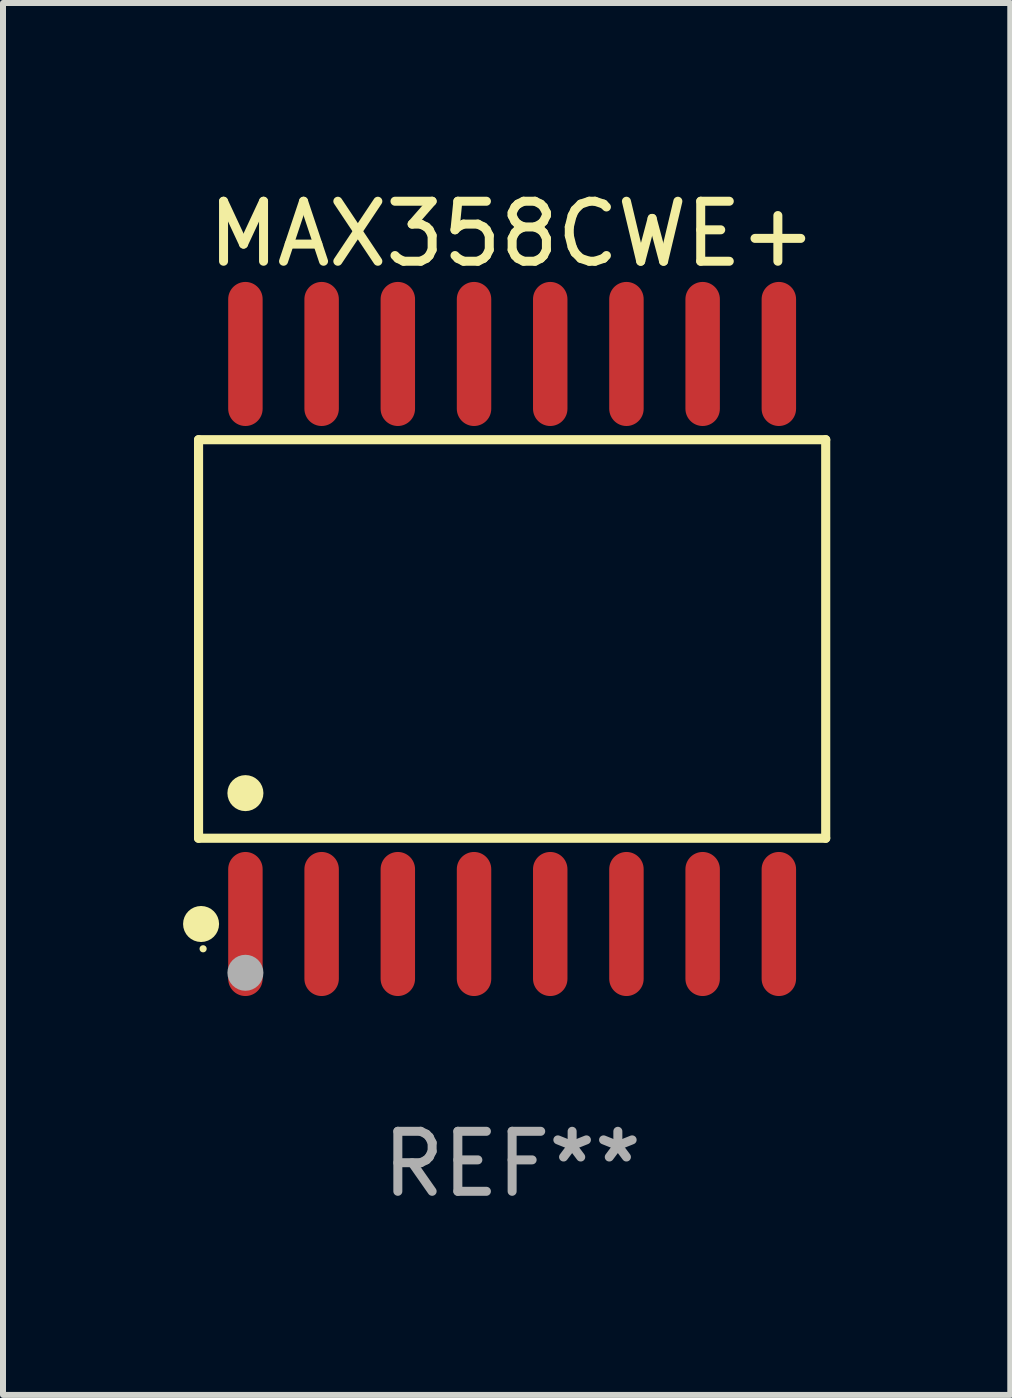
<source format=kicad_pcb>
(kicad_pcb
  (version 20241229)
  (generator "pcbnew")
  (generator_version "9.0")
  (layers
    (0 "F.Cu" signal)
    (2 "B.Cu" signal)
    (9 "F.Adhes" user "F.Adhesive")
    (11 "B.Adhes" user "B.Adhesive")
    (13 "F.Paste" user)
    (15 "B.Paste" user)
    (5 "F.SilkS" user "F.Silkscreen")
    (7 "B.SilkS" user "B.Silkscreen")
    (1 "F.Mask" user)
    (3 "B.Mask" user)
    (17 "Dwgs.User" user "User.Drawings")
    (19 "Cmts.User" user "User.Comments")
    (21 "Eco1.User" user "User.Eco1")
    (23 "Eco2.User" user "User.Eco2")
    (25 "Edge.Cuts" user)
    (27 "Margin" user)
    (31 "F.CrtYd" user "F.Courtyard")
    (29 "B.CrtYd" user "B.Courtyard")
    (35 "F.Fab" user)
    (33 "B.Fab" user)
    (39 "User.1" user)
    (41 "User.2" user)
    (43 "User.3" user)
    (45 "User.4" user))
  (footprint "MAX358CWE+"
    (layer "F.Cu")
    (at 5.485 7.599)
    (property "Reference" "MAX358CWE+" (at 0 -6.75 0) (layer "F.SilkS") (effects (font (size 1 1) (thickness 0.15))))
    (attr through_hole)
    (fp_line (start -5.226 -3.321) (end 5.226 -3.321) (stroke (width 0.152) (type solid)) (layer "F.SilkS"))
    (fp_line (start -5.226 3.321) (end -5.226 -3.321) (stroke (width 0.152) (type solid)) (layer "F.SilkS"))
    (fp_line (start 5.226 -3.321) (end 5.226 3.321) (stroke (width 0.152) (type solid)) (layer "F.SilkS"))
    (fp_line (start 5.226 3.321) (end -5.226 3.321) (stroke (width 0.152) (type solid)) (layer "F.SilkS"))
    (fp_circle (center -5.184 4.75) (end -5.034 4.75) (stroke (width 0.3) (type solid)) (fill no) (layer "F.SilkS"))
    (fp_circle (center -5.15 5.163) (end -5.12 5.163) (stroke (width 0.06) (type solid)) (fill no) (layer "F.SilkS"))
    (fp_circle (center -4.445 2.569) (end -4.295 2.569) (stroke (width 0.3) (type solid)) (fill no) (layer "F.SilkS"))
    (fp_circle (center -4.445 5.563) (end -4.295 5.563) (stroke (width 0.3) (type solid)) (fill no) (layer "F.Fab"))
    (fp_text user "REF**" (at 0 8.75 0) (layer "F.Fab") (effects (font (size 1 1) (thickness 0.15))))
    (pad "1" smd oval (at -4.445 4.75) (size 0.574 2.401) (layers "F.Cu" "F.Mask" "F.Paste"))
    (pad "2" smd oval (at -3.175 4.75) (size 0.574 2.401) (layers "F.Cu" "F.Mask" "F.Paste"))
    (pad "3" smd oval (at -1.905 4.75) (size 0.574 2.401) (layers "F.Cu" "F.Mask" "F.Paste"))
    (pad "4" smd oval (at -0.635 4.75) (size 0.574 2.401) (layers "F.Cu" "F.Mask" "F.Paste"))
    (pad "5" smd oval (at 0.635 4.75) (size 0.574 2.401) (layers "F.Cu" "F.Mask" "F.Paste"))
    (pad "6" smd oval (at 1.905 4.75) (size 0.574 2.401) (layers "F.Cu" "F.Mask" "F.Paste"))
    (pad "7" smd oval (at 3.175 4.75) (size 0.574 2.401) (layers "F.Cu" "F.Mask" "F.Paste"))
    (pad "8" smd oval (at 4.445 4.75) (size 0.574 2.401) (layers "F.Cu" "F.Mask" "F.Paste"))
    (pad "9" smd oval (at 4.445 -4.75) (size 0.574 2.401) (layers "F.Cu" "F.Mask" "F.Paste"))
    (pad "10" smd oval (at 3.175 -4.75) (size 0.574 2.401) (layers "F.Cu" "F.Mask" "F.Paste"))
    (pad "11" smd oval (at 1.905 -4.75) (size 0.574 2.401) (layers "F.Cu" "F.Mask" "F.Paste"))
    (pad "12" smd oval (at 0.635 -4.75) (size 0.574 2.401) (layers "F.Cu" "F.Mask" "F.Paste"))
    (pad "13" smd oval (at -0.635 -4.75) (size 0.574 2.401) (layers "F.Cu" "F.Mask" "F.Paste"))
    (pad "14" smd oval (at -1.905 -4.75) (size 0.574 2.401) (layers "F.Cu" "F.Mask" "F.Paste"))
    (pad "15" smd oval (at -3.175 -4.75) (size 0.574 2.401) (layers "F.Cu" "F.Mask" "F.Paste"))
    (pad "16" smd oval (at -4.445 -4.75) (size 0.574 2.401) (layers "F.Cu" "F.Mask" "F.Paste")))
  (gr_rect
    (start -3 -3)
    (end 13.787 20.197)
    (stroke (width 0.1) (type default))
    (fill no)
    (layer "Edge.Cuts")))
</source>
